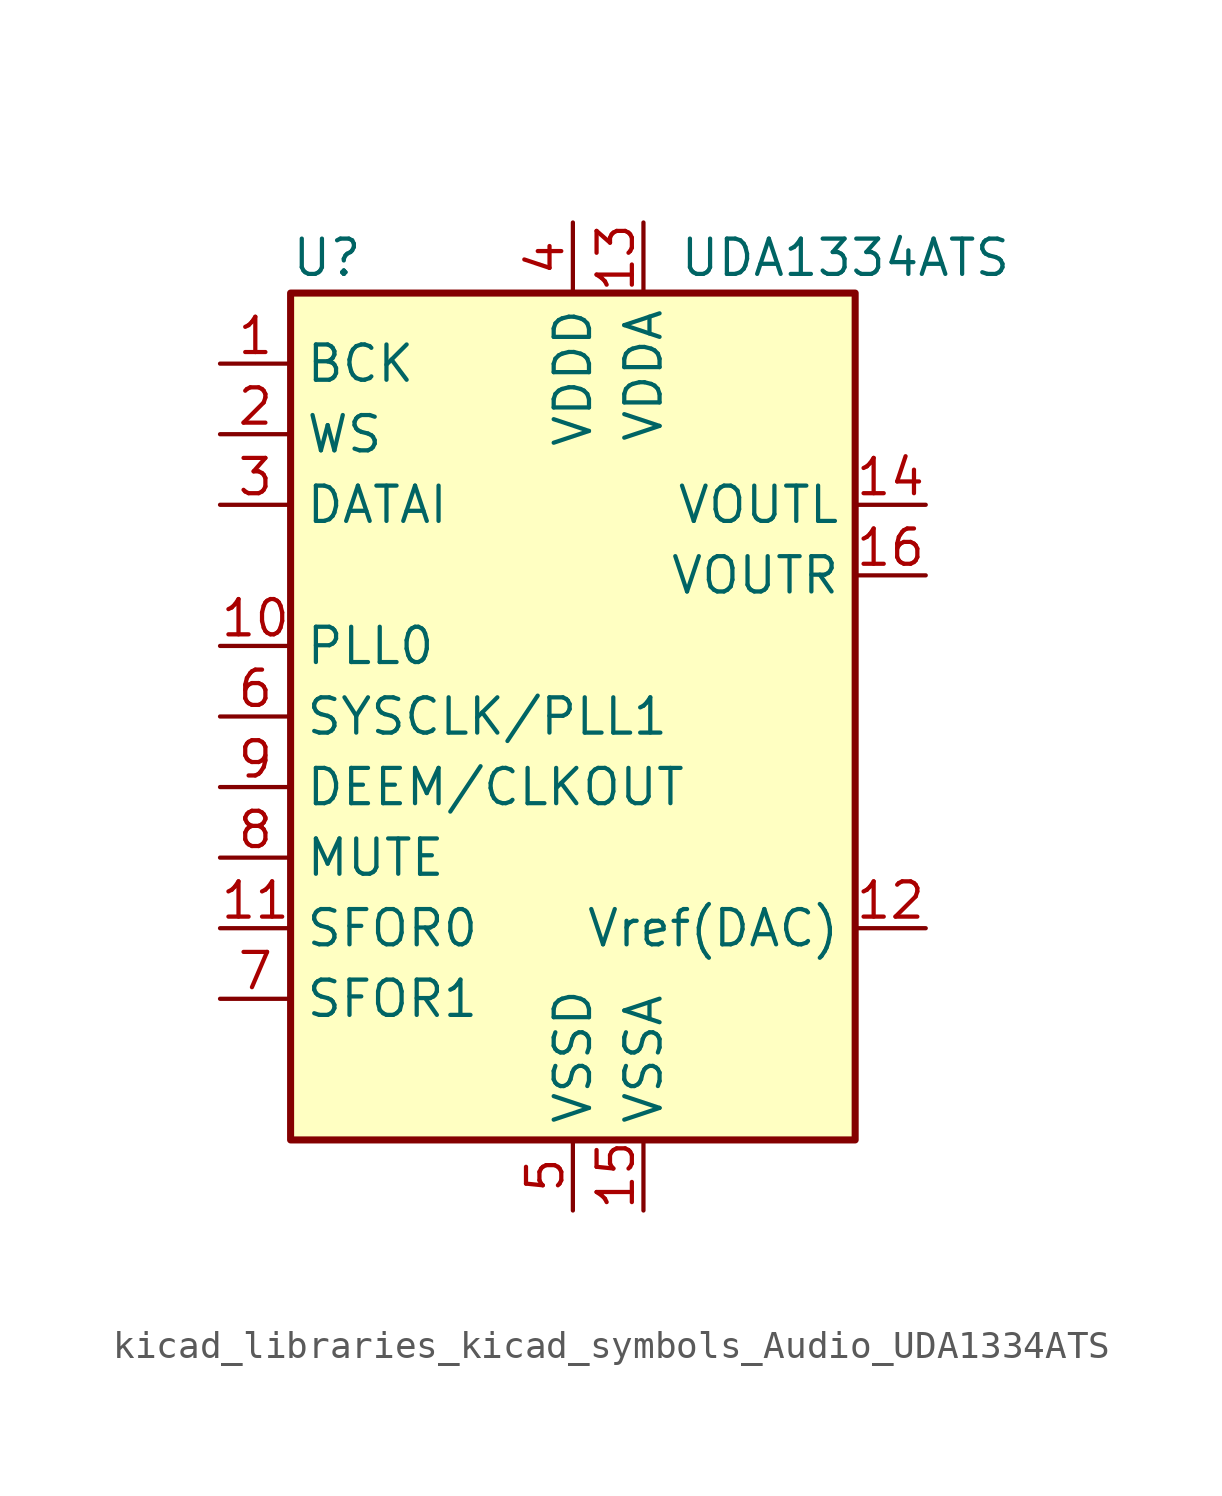
<source format=kicad_sym>
(kicad_symbol_lib
  (version 20220914)
  (generator kicad_symbol_editor)
  (symbol "kicad_libraries_kicad_symbols_Audio_UDA1334ATS"
    (property "Reference" "U"
      (at -10.16 16.51 0)
      (effects (font (size 1.27 1.27)) (justify left)))
    (property "Value" "UDA1334ATS"
      (at 3.81 16.51 0)
      (effects (font (size 1.27 1.27)) (justify left)))
    (symbol "kicad_libraries_kicad_symbols_Audio_UDA1334ATS_0_1"
      (rectangle (start -10.16 15.24) (end 10.16 -15.24) (stroke (width 0.254) (type default)) (fill (type background))))
    (symbol "kicad_libraries_kicad_symbols_Audio_UDA1334ATS_1_1"
      (pin input line (at -12.7 12.7 0) (length 2.54) (name "BCK" (effects (font (size 1.27 1.27)))) (number "1" (effects (font (size 1.27 1.27)))))
      (pin input line (at -12.7 2.54 0) (length 2.54) (name "PLL0" (effects (font (size 1.27 1.27)))) (number "10" (effects (font (size 1.27 1.27)))))
      (pin input line (at -12.7 -7.62 0) (length 2.54) (name "SFOR0" (effects (font (size 1.27 1.27)))) (number "11" (effects (font (size 1.27 1.27)))))
      (pin passive line (at 12.7 -7.62 180) (length 2.54) (name "Vref(DAC)" (effects (font (size 1.27 1.27)))) (number "12" (effects (font (size 1.27 1.27)))))
      (pin power_in line (at 2.54 17.78 270) (length 2.54) (name "VDDA" (effects (font (size 1.27 1.27)))) (number "13" (effects (font (size 1.27 1.27)))))
      (pin output line (at 12.7 7.62 180) (length 2.54) (name "VOUTL" (effects (font (size 1.27 1.27)))) (number "14" (effects (font (size 1.27 1.27)))))
      (pin power_in line (at 2.54 -17.78 90) (length 2.54) (name "VSSA" (effects (font (size 1.27 1.27)))) (number "15" (effects (font (size 1.27 1.27)))))
      (pin output line (at 12.7 5.08 180) (length 2.54) (name "VOUTR" (effects (font (size 1.27 1.27)))) (number "16" (effects (font (size 1.27 1.27)))))
      (pin input line (at -12.7 10.16 0) (length 2.54) (name "WS" (effects (font (size 1.27 1.27)))) (number "2" (effects (font (size 1.27 1.27)))))
      (pin input line (at -12.7 7.62 0) (length 2.54) (name "DATAI" (effects (font (size 1.27 1.27)))) (number "3" (effects (font (size 1.27 1.27)))))
      (pin power_in line (at 0 17.78 270) (length 2.54) (name "VDDD" (effects (font (size 1.27 1.27)))) (number "4" (effects (font (size 1.27 1.27)))))
      (pin power_in line (at 0 -17.78 90) (length 2.54) (name "VSSD" (effects (font (size 1.27 1.27)))) (number "5" (effects (font (size 1.27 1.27)))))
      (pin input line (at -12.7 0 0) (length 2.54) (name "SYSCLK/PLL1" (effects (font (size 1.27 1.27)))) (number "6" (effects (font (size 1.27 1.27)))))
      (pin input line (at -12.7 -10.16 0) (length 2.54) (name "SFOR1" (effects (font (size 1.27 1.27)))) (number "7" (effects (font (size 1.27 1.27)))))
      (pin input line (at -12.7 -5.08 0) (length 2.54) (name "MUTE" (effects (font (size 1.27 1.27)))) (number "8" (effects (font (size 1.27 1.27)))))
      (pin bidirectional line (at -12.7 -2.54 0) (length 2.54) (name "DEEM/CLKOUT" (effects (font (size 1.27 1.27)))) (number "9" (effects (font (size 1.27 1.27))))))))
</source>
